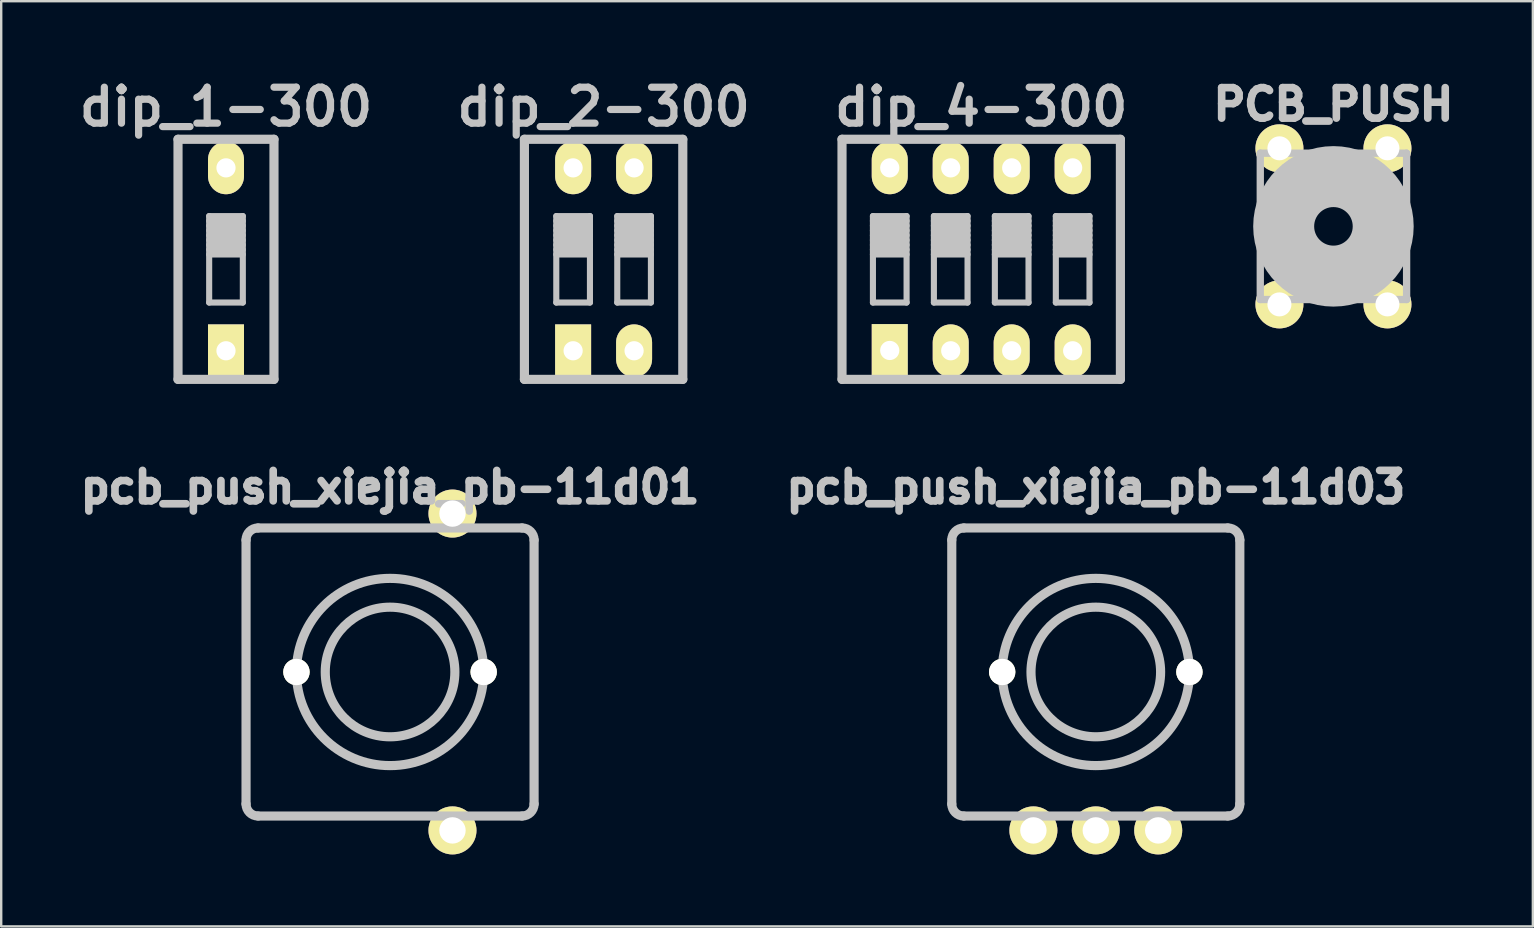
<source format=kicad_pcb>
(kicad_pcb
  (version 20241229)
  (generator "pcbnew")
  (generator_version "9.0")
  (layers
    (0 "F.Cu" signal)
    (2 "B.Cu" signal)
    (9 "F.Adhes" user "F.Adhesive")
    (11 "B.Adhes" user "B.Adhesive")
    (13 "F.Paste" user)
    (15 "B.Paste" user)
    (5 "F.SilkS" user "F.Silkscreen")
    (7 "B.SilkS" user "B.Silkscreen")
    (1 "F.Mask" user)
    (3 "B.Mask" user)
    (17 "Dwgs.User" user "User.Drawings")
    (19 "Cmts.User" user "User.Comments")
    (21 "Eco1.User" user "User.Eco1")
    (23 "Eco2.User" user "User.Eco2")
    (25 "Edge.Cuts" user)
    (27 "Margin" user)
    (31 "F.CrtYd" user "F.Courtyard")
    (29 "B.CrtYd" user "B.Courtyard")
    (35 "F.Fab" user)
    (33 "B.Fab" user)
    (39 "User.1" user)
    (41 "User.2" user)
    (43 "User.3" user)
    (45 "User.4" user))
  (footprint "dip_2-300"
    (layer "F.Cu")
    (at 22.096 7.753)
    (property "Reference" "dip_2-300" (at 0 -6.35 0) (layer "Dwgs.User") (effects (font (size 1.499 1.499) (thickness 0.3))))
    (attr through_hole)
    (fp_line (start -3.299 -5.001) (end 3.299 -5.001) (stroke (width 0.381) (type solid)) (layer "Dwgs.User"))
    (fp_line (start -3.299 5.001) (end -3.299 -5.001) (stroke (width 0.381) (type solid)) (layer "Dwgs.User"))
    (fp_line (start -3.299 5.001) (end 3.299 5.001) (stroke (width 0.381) (type solid)) (layer "Dwgs.User"))
    (fp_line (start -1.971 -1.801) (end -1.971 1.801) (stroke (width 0.254) (type solid)) (layer "Dwgs.User"))
    (fp_line (start -1.971 -1.6) (end -0.569 -1.6) (stroke (width 0.254) (type solid)) (layer "Dwgs.User"))
    (fp_line (start -1.971 -1.4) (end -0.569 -1.4) (stroke (width 0.254) (type solid)) (layer "Dwgs.User"))
    (fp_line (start -1.971 -1.201) (end -0.569 -1.201) (stroke (width 0.254) (type solid)) (layer "Dwgs.User"))
    (fp_line (start -1.971 -1.001) (end -0.569 -1.001) (stroke (width 0.254) (type solid)) (layer "Dwgs.User"))
    (fp_line (start -1.971 -0.8) (end -0.569 -0.8) (stroke (width 0.254) (type solid)) (layer "Dwgs.User"))
    (fp_line (start -1.971 -0.599) (end -0.569 -0.599) (stroke (width 0.254) (type solid)) (layer "Dwgs.User"))
    (fp_line (start -1.971 -0.401) (end -0.569 -0.401) (stroke (width 0.254) (type solid)) (layer "Dwgs.User"))
    (fp_line (start -1.971 -0.201) (end -0.569 -0.201) (stroke (width 0.254) (type solid)) (layer "Dwgs.User"))
    (fp_line (start -1.971 1.801) (end -0.569 1.801) (stroke (width 0.254) (type solid)) (layer "Dwgs.User"))
    (fp_line (start -0.569 -1.801) (end -1.971 -1.801) (stroke (width 0.254) (type solid)) (layer "Dwgs.User"))
    (fp_line (start -0.569 1.801) (end -0.569 -1.801) (stroke (width 0.254) (type solid)) (layer "Dwgs.User"))
    (fp_line (start 0.569 -1.801) (end 0.569 1.801) (stroke (width 0.254) (type solid)) (layer "Dwgs.User"))
    (fp_line (start 0.569 -1.6) (end 1.971 -1.6) (stroke (width 0.254) (type solid)) (layer "Dwgs.User"))
    (fp_line (start 0.569 -1.4) (end 1.971 -1.4) (stroke (width 0.254) (type solid)) (layer "Dwgs.User"))
    (fp_line (start 0.569 -1.201) (end 1.971 -1.201) (stroke (width 0.254) (type solid)) (layer "Dwgs.User"))
    (fp_line (start 0.569 -1.001) (end 1.971 -1.001) (stroke (width 0.254) (type solid)) (layer "Dwgs.User"))
    (fp_line (start 0.569 -0.8) (end 1.971 -0.8) (stroke (width 0.254) (type solid)) (layer "Dwgs.User"))
    (fp_line (start 0.569 -0.599) (end 1.971 -0.599) (stroke (width 0.254) (type solid)) (layer "Dwgs.User"))
    (fp_line (start 0.569 -0.401) (end 1.971 -0.401) (stroke (width 0.254) (type solid)) (layer "Dwgs.User"))
    (fp_line (start 0.569 -0.201) (end 1.971 -0.201) (stroke (width 0.254) (type solid)) (layer "Dwgs.User"))
    (fp_line (start 0.569 1.801) (end 1.971 1.801) (stroke (width 0.254) (type solid)) (layer "Dwgs.User"))
    (fp_line (start 1.971 -1.801) (end 0.569 -1.801) (stroke (width 0.254) (type solid)) (layer "Dwgs.User"))
    (fp_line (start 1.971 1.801) (end 1.971 -1.801) (stroke (width 0.254) (type solid)) (layer "Dwgs.User"))
    (fp_line (start 3.299 -4.999) (end 3.299 5.001) (stroke (width 0.381) (type solid)) (layer "Dwgs.User"))
    (pad "1" thru_hole rect (at -1.27 3.81) (size 1.499 2.197) (drill 0.8) (layers "*.Cu" "*.Mask" "F.SilkS"))
    (pad "2" thru_hole oval (at 1.27 3.81) (size 1.499 2.197) (drill 0.8) (layers "*.Cu" "*.Mask" "F.SilkS"))
    (pad "3" thru_hole oval (at 1.27 -3.81) (size 1.499 2.197) (drill 0.8) (layers "*.Cu" "*.Mask" "F.SilkS"))
    (pad "4" thru_hole oval (at -1.27 -3.81) (size 1.499 2.197) (drill 0.8) (layers "*.Cu" "*.Mask" "F.SilkS")))
  (footprint "PCB_PUSH"
    (layer "F.Cu")
    (at 52.501 6.38)
    (property "Reference" "PCB_PUSH" (at 0 -5.08 0) (layer "Dwgs.User") (effects (font (size 1.27 1.27) (thickness 0.318))))
    (attr through_hole)
    (fp_line (start -3.048 -3.048) (end 3.048 -3.048) (stroke (width 0.305) (type solid)) (layer "Dwgs.User"))
    (fp_line (start -3.048 3.048) (end -3.048 -3.048) (stroke (width 0.305) (type solid)) (layer "Dwgs.User"))
    (fp_line (start 3.048 -3.048) (end 3.048 3.048) (stroke (width 0.305) (type solid)) (layer "Dwgs.User"))
    (fp_line (start 3.048 3.048) (end -3.048 3.048) (stroke (width 0.305) (type solid)) (layer "Dwgs.User"))
    (fp_circle (center 0 0) (end -0.762 0.254) (stroke (width 2.54) (type solid)) (fill no) (layer "Dwgs.User"))
    (pad "1" thru_hole circle (at -2.25 -3.251) (size 1.999 1.999) (drill 1.001) (layers "*.Cu" "*.Mask" "F.SilkS"))
    (pad "2" thru_hole circle (at 2.25 3.251) (size 1.999 1.999) (drill 1.001) (layers "*.Cu" "*.Mask" "F.SilkS"))
    (pad "3" thru_hole circle (at -2.25 3.251) (size 1.999 1.999) (drill 1.001) (layers "*.Cu" "*.Mask" "F.SilkS"))
    (pad "4" thru_hole circle (at 2.25 -3.251) (size 1.999 1.999) (drill 1.001) (layers "*.Cu" "*.Mask" "F.SilkS")))
  (footprint "dip_1-300"
    (layer "F.Cu")
    (at 6.365 7.753)
    (property "Reference" "dip_1-300" (at 0 -6.35 0) (layer "Dwgs.User") (effects (font (size 1.499 1.499) (thickness 0.3))))
    (attr through_hole)
    (fp_line (start -1.999 -5.001) (end 1.999 -5.001) (stroke (width 0.381) (type solid)) (layer "Dwgs.User"))
    (fp_line (start -1.999 5.001) (end -1.999 -5.001) (stroke (width 0.381) (type solid)) (layer "Dwgs.User"))
    (fp_line (start -0.701 -1.801) (end -0.701 1.801) (stroke (width 0.254) (type solid)) (layer "Dwgs.User"))
    (fp_line (start -0.701 -1.6) (end 0.701 -1.6) (stroke (width 0.254) (type solid)) (layer "Dwgs.User"))
    (fp_line (start -0.701 -1.4) (end 0.701 -1.4) (stroke (width 0.254) (type solid)) (layer "Dwgs.User"))
    (fp_line (start -0.701 -1.201) (end 0.701 -1.201) (stroke (width 0.254) (type solid)) (layer "Dwgs.User"))
    (fp_line (start -0.701 -1.001) (end 0.701 -1.001) (stroke (width 0.254) (type solid)) (layer "Dwgs.User"))
    (fp_line (start -0.701 -0.8) (end 0.701 -0.8) (stroke (width 0.254) (type solid)) (layer "Dwgs.User"))
    (fp_line (start -0.701 -0.599) (end 0.701 -0.599) (stroke (width 0.254) (type solid)) (layer "Dwgs.User"))
    (fp_line (start -0.701 -0.401) (end 0.701 -0.401) (stroke (width 0.254) (type solid)) (layer "Dwgs.User"))
    (fp_line (start -0.701 -0.201) (end 0.701 -0.201) (stroke (width 0.254) (type solid)) (layer "Dwgs.User"))
    (fp_line (start -0.701 1.801) (end 0.701 1.801) (stroke (width 0.254) (type solid)) (layer "Dwgs.User"))
    (fp_line (start 0.701 -1.801) (end -0.701 -1.801) (stroke (width 0.254) (type solid)) (layer "Dwgs.User"))
    (fp_line (start 0.701 1.801) (end 0.701 -1.801) (stroke (width 0.254) (type solid)) (layer "Dwgs.User"))
    (fp_line (start 1.999 -5.001) (end 1.999 5.001) (stroke (width 0.381) (type solid)) (layer "Dwgs.User"))
    (fp_line (start 1.999 5.001) (end -1.999 5.001) (stroke (width 0.381) (type solid)) (layer "Dwgs.User"))
    (pad "1" thru_hole rect (at 0 3.81) (size 1.499 2.197) (drill 0.8) (layers "*.Cu" "*.Mask" "F.SilkS"))
    (pad "2" thru_hole oval (at 0 -3.81) (size 1.499 2.197) (drill 0.8) (layers "*.Cu" "*.Mask" "F.SilkS")))
  (footprint "dip_4-300"
    (layer "F.Cu")
    (at 37.827 7.753)
    (property "Reference" "dip_4-300" (at 0 -6.35 0) (layer "Dwgs.User") (effects (font (size 1.499 1.499) (thickness 0.3))))
    (attr through_hole)
    (fp_line (start -5.799 -5.001) (end 5.799 -5.001) (stroke (width 0.381) (type solid)) (layer "Dwgs.User"))
    (fp_line (start -5.799 5.001) (end -5.799 -5.001) (stroke (width 0.381) (type solid)) (layer "Dwgs.User"))
    (fp_line (start -4.511 -1.801) (end -4.511 1.801) (stroke (width 0.254) (type solid)) (layer "Dwgs.User"))
    (fp_line (start -4.511 -1.6) (end -3.109 -1.6) (stroke (width 0.254) (type solid)) (layer "Dwgs.User"))
    (fp_line (start -4.511 -1.4) (end -3.109 -1.4) (stroke (width 0.254) (type solid)) (layer "Dwgs.User"))
    (fp_line (start -4.511 -1.201) (end -3.109 -1.201) (stroke (width 0.254) (type solid)) (layer "Dwgs.User"))
    (fp_line (start -4.511 -1.001) (end -3.109 -1.001) (stroke (width 0.254) (type solid)) (layer "Dwgs.User"))
    (fp_line (start -4.511 -0.8) (end -3.109 -0.8) (stroke (width 0.254) (type solid)) (layer "Dwgs.User"))
    (fp_line (start -4.511 -0.599) (end -3.109 -0.599) (stroke (width 0.254) (type solid)) (layer "Dwgs.User"))
    (fp_line (start -4.511 -0.401) (end -3.109 -0.401) (stroke (width 0.254) (type solid)) (layer "Dwgs.User"))
    (fp_line (start -4.511 -0.201) (end -3.109 -0.201) (stroke (width 0.254) (type solid)) (layer "Dwgs.User"))
    (fp_line (start -4.511 1.801) (end -3.109 1.801) (stroke (width 0.254) (type solid)) (layer "Dwgs.User"))
    (fp_line (start -3.109 -1.801) (end -4.511 -1.801) (stroke (width 0.254) (type solid)) (layer "Dwgs.User"))
    (fp_line (start -3.109 1.801) (end -3.109 -1.801) (stroke (width 0.254) (type solid)) (layer "Dwgs.User"))
    (fp_line (start -1.971 -1.801) (end -1.971 1.801) (stroke (width 0.254) (type solid)) (layer "Dwgs.User"))
    (fp_line (start -1.971 -1.6) (end -0.569 -1.6) (stroke (width 0.254) (type solid)) (layer "Dwgs.User"))
    (fp_line (start -1.971 -1.4) (end -0.569 -1.4) (stroke (width 0.254) (type solid)) (layer "Dwgs.User"))
    (fp_line (start -1.971 -1.201) (end -0.569 -1.201) (stroke (width 0.254) (type solid)) (layer "Dwgs.User"))
    (fp_line (start -1.971 -1.001) (end -0.569 -1.001) (stroke (width 0.254) (type solid)) (layer "Dwgs.User"))
    (fp_line (start -1.971 -0.8) (end -0.569 -0.8) (stroke (width 0.254) (type solid)) (layer "Dwgs.User"))
    (fp_line (start -1.971 -0.599) (end -0.569 -0.599) (stroke (width 0.254) (type solid)) (layer "Dwgs.User"))
    (fp_line (start -1.971 -0.401) (end -0.569 -0.401) (stroke (width 0.254) (type solid)) (layer "Dwgs.User"))
    (fp_line (start -1.971 -0.201) (end -0.569 -0.201) (stroke (width 0.254) (type solid)) (layer "Dwgs.User"))
    (fp_line (start -1.971 1.801) (end -0.569 1.801) (stroke (width 0.254) (type solid)) (layer "Dwgs.User"))
    (fp_line (start -0.569 -1.801) (end -1.971 -1.801) (stroke (width 0.254) (type solid)) (layer "Dwgs.User"))
    (fp_line (start -0.569 1.801) (end -0.569 -1.801) (stroke (width 0.254) (type solid)) (layer "Dwgs.User"))
    (fp_line (start 0.569 -1.801) (end 0.569 1.801) (stroke (width 0.254) (type solid)) (layer "Dwgs.User"))
    (fp_line (start 0.569 -1.6) (end 1.971 -1.6) (stroke (width 0.254) (type solid)) (layer "Dwgs.User"))
    (fp_line (start 0.569 -1.4) (end 1.971 -1.4) (stroke (width 0.254) (type solid)) (layer "Dwgs.User"))
    (fp_line (start 0.569 -1.201) (end 1.971 -1.201) (stroke (width 0.254) (type solid)) (layer "Dwgs.User"))
    (fp_line (start 0.569 -1.001) (end 1.971 -1.001) (stroke (width 0.254) (type solid)) (layer "Dwgs.User"))
    (fp_line (start 0.569 -0.8) (end 1.971 -0.8) (stroke (width 0.254) (type solid)) (layer "Dwgs.User"))
    (fp_line (start 0.569 -0.599) (end 1.971 -0.599) (stroke (width 0.254) (type solid)) (layer "Dwgs.User"))
    (fp_line (start 0.569 -0.401) (end 1.971 -0.401) (stroke (width 0.254) (type solid)) (layer "Dwgs.User"))
    (fp_line (start 0.569 -0.201) (end 1.971 -0.201) (stroke (width 0.254) (type solid)) (layer "Dwgs.User"))
    (fp_line (start 0.569 1.801) (end 1.971 1.801) (stroke (width 0.254) (type solid)) (layer "Dwgs.User"))
    (fp_line (start 1.971 -1.801) (end 0.569 -1.801) (stroke (width 0.254) (type solid)) (layer "Dwgs.User"))
    (fp_line (start 1.971 1.801) (end 1.971 -1.801) (stroke (width 0.254) (type solid)) (layer "Dwgs.User"))
    (fp_line (start 3.109 -1.801) (end 3.109 1.801) (stroke (width 0.254) (type solid)) (layer "Dwgs.User"))
    (fp_line (start 3.109 -1.6) (end 4.511 -1.6) (stroke (width 0.254) (type solid)) (layer "Dwgs.User"))
    (fp_line (start 3.109 -1.4) (end 4.511 -1.4) (stroke (width 0.254) (type solid)) (layer "Dwgs.User"))
    (fp_line (start 3.109 -1.201) (end 4.511 -1.201) (stroke (width 0.254) (type solid)) (layer "Dwgs.User"))
    (fp_line (start 3.109 -1.001) (end 4.511 -1.001) (stroke (width 0.254) (type solid)) (layer "Dwgs.User"))
    (fp_line (start 3.109 -0.8) (end 4.511 -0.8) (stroke (width 0.254) (type solid)) (layer "Dwgs.User"))
    (fp_line (start 3.109 -0.599) (end 4.511 -0.599) (stroke (width 0.254) (type solid)) (layer "Dwgs.User"))
    (fp_line (start 3.109 -0.401) (end 4.511 -0.401) (stroke (width 0.254) (type solid)) (layer "Dwgs.User"))
    (fp_line (start 3.109 -0.201) (end 4.511 -0.201) (stroke (width 0.254) (type solid)) (layer "Dwgs.User"))
    (fp_line (start 3.109 1.801) (end 4.511 1.801) (stroke (width 0.254) (type solid)) (layer "Dwgs.User"))
    (fp_line (start 4.511 -1.801) (end 3.109 -1.801) (stroke (width 0.254) (type solid)) (layer "Dwgs.User"))
    (fp_line (start 4.511 1.801) (end 4.511 -1.801) (stroke (width 0.254) (type solid)) (layer "Dwgs.User"))
    (fp_line (start 5.799 -4.999) (end 5.799 5.001) (stroke (width 0.381) (type solid)) (layer "Dwgs.User"))
    (fp_line (start 5.799 5.001) (end -5.799 5.001) (stroke (width 0.381) (type solid)) (layer "Dwgs.User"))
    (pad "1" thru_hole rect (at -3.81 3.797) (size 1.499 2.197) (drill 0.8) (layers "*.Cu" "*.Mask" "F.SilkS"))
    (pad "2" thru_hole oval (at -1.27 3.81) (size 1.499 2.197) (drill 0.8) (layers "*.Cu" "*.Mask" "F.SilkS"))
    (pad "3" thru_hole oval (at 1.27 3.81) (size 1.499 2.197) (drill 0.8) (layers "*.Cu" "*.Mask" "F.SilkS"))
    (pad "4" thru_hole oval (at 3.81 3.81) (size 1.499 2.197) (drill 0.8) (layers "*.Cu" "*.Mask" "F.SilkS"))
    (pad "5" thru_hole oval (at 3.81 -3.81) (size 1.499 2.197) (drill 0.8) (layers "*.Cu" "*.Mask" "F.SilkS"))
    (pad "6" thru_hole oval (at 1.27 -3.81) (size 1.499 2.197) (drill 0.8) (layers "*.Cu" "*.Mask" "F.SilkS"))
    (pad "7" thru_hole oval (at -1.27 -3.81) (size 1.499 2.197) (drill 0.8) (layers "*.Cu" "*.Mask" "F.SilkS"))
    (pad "8" thru_hole oval (at -3.81 -3.81) (size 1.499 2.197) (drill 0.8) (layers "*.Cu" "*.Mask" "F.SilkS")))
  (footprint "pcb_push_xiejia_pb-11d03"
    (layer "F.Cu")
    (at 42.601 24.945)
    (property "Reference" "pcb_push_xiejia_pb-11d03" (at 0 -7.7 0) (layer "Dwgs.User") (effects (font (size 1.27 1.27) (thickness 0.318))))
    (attr through_hole)
    (fp_line (start -6 5.5) (end -6 -5.5) (stroke (width 0.381) (type solid)) (layer "Dwgs.User"))
    (fp_line (start -5.5 -6) (end 5.5 -6) (stroke (width 0.381) (type solid)) (layer "Dwgs.User"))
    (fp_line (start 5.5 6) (end -5.5 6) (stroke (width 0.381) (type solid)) (layer "Dwgs.User"))
    (fp_line (start 6 -5.5) (end 6 5.5) (stroke (width 0.381) (type solid)) (layer "Dwgs.User"))
    (fp_arc (start -6 -5.5) (mid -5.853553 -5.853553) (end -5.5 -6) (stroke (width 0.381) (type solid)) (layer "Dwgs.User"))
    (fp_arc (start -5.5 6) (mid -5.853553 5.853553) (end -6 5.5) (stroke (width 0.381) (type solid)) (layer "Dwgs.User"))
    (fp_arc (start 5.5 -6) (mid 5.853553 -5.853553) (end 6 -5.5) (stroke (width 0.381) (type solid)) (layer "Dwgs.User"))
    (fp_arc (start 6 5.5) (mid 5.853553 5.853553) (end 5.5 6) (stroke (width 0.381) (type solid)) (layer "Dwgs.User"))
    (fp_circle (center 0 0) (end 2.7 0) (stroke (width 0.381) (type solid)) (fill no) (layer "Dwgs.User"))
    (fp_circle (center 0 0) (end 3.9 0) (stroke (width 0.381) (type solid)) (fill no) (layer "Dwgs.User"))
    (pad "" np_thru_hole circle (at -3.9 0) (size 1.1 1.1) (drill 1.1) (layers "*.Cu" "*.Mask" "F.SilkS"))
    (pad "" np_thru_hole circle (at 3.9 0) (size 1.1 1.1) (drill 1.1) (layers "*.Cu" "*.Mask" "F.SilkS"))
    (pad "1" thru_hole circle (at 0 6.6) (size 2 2) (drill 1.1) (layers "*.Cu" "*.Mask" "F.SilkS"))
    (pad "2" thru_hole circle (at 2.6 6.6) (size 2 2) (drill 1.1) (layers "*.Cu" "*.Mask" "F.SilkS"))
    (pad "3" thru_hole circle (at -2.6 6.6) (size 2 2) (drill 1.1) (layers "*.Cu" "*.Mask" "F.SilkS")))
  (footprint "pcb_push_xiejia_pb-11d01"
    (layer "F.Cu")
    (at 13.2 24.945)
    (property "Reference" "pcb_push_xiejia_pb-11d01" (at 0 -7.7 0) (layer "Dwgs.User") (effects (font (size 1.27 1.27) (thickness 0.318))))
    (attr through_hole)
    (fp_line (start -6 5.5) (end -6 -5.5) (stroke (width 0.381) (type solid)) (layer "Dwgs.User"))
    (fp_line (start -5.5 -6) (end 5.5 -6) (stroke (width 0.381) (type solid)) (layer "Dwgs.User"))
    (fp_line (start 5.5 6) (end -5.5 6) (stroke (width 0.381) (type solid)) (layer "Dwgs.User"))
    (fp_line (start 6 -5.5) (end 6 5.5) (stroke (width 0.381) (type solid)) (layer "Dwgs.User"))
    (fp_arc (start -6 -5.5) (mid -5.853553 -5.853553) (end -5.5 -6) (stroke (width 0.381) (type solid)) (layer "Dwgs.User"))
    (fp_arc (start -5.5 6) (mid -5.853553 5.853553) (end -6 5.5) (stroke (width 0.381) (type solid)) (layer "Dwgs.User"))
    (fp_arc (start 5.5 -6) (mid 5.853553 -5.853553) (end 6 -5.5) (stroke (width 0.381) (type solid)) (layer "Dwgs.User"))
    (fp_arc (start 6 5.5) (mid 5.853553 5.853553) (end 5.5 6) (stroke (width 0.381) (type solid)) (layer "Dwgs.User"))
    (fp_circle (center 0 0) (end 2.7 0) (stroke (width 0.381) (type solid)) (fill no) (layer "Dwgs.User"))
    (fp_circle (center 0 0) (end 3.9 0) (stroke (width 0.381) (type solid)) (fill no) (layer "Dwgs.User"))
    (pad "" np_thru_hole circle (at -3.9 0) (size 1.1 1.1) (drill 1.1) (layers "*.Cu" "*.Mask" "F.SilkS"))
    (pad "" np_thru_hole circle (at 3.9 0) (size 1.1 1.1) (drill 1.1) (layers "*.Cu" "*.Mask" "F.SilkS"))
    (pad "1" thru_hole circle (at 2.6 -6.6) (size 2 2) (drill 1.1) (layers "*.Cu" "*.Mask" "F.SilkS"))
    (pad "2" thru_hole circle (at 2.6 6.6) (size 2 2) (drill 1.1) (layers "*.Cu" "*.Mask" "F.SilkS")))
  (gr_rect
    (start -3 -3)
    (end 60.809 35.545)
    (stroke (width 0.1) (type default))
    (fill no)
    (layer "Edge.Cuts")))
</source>
